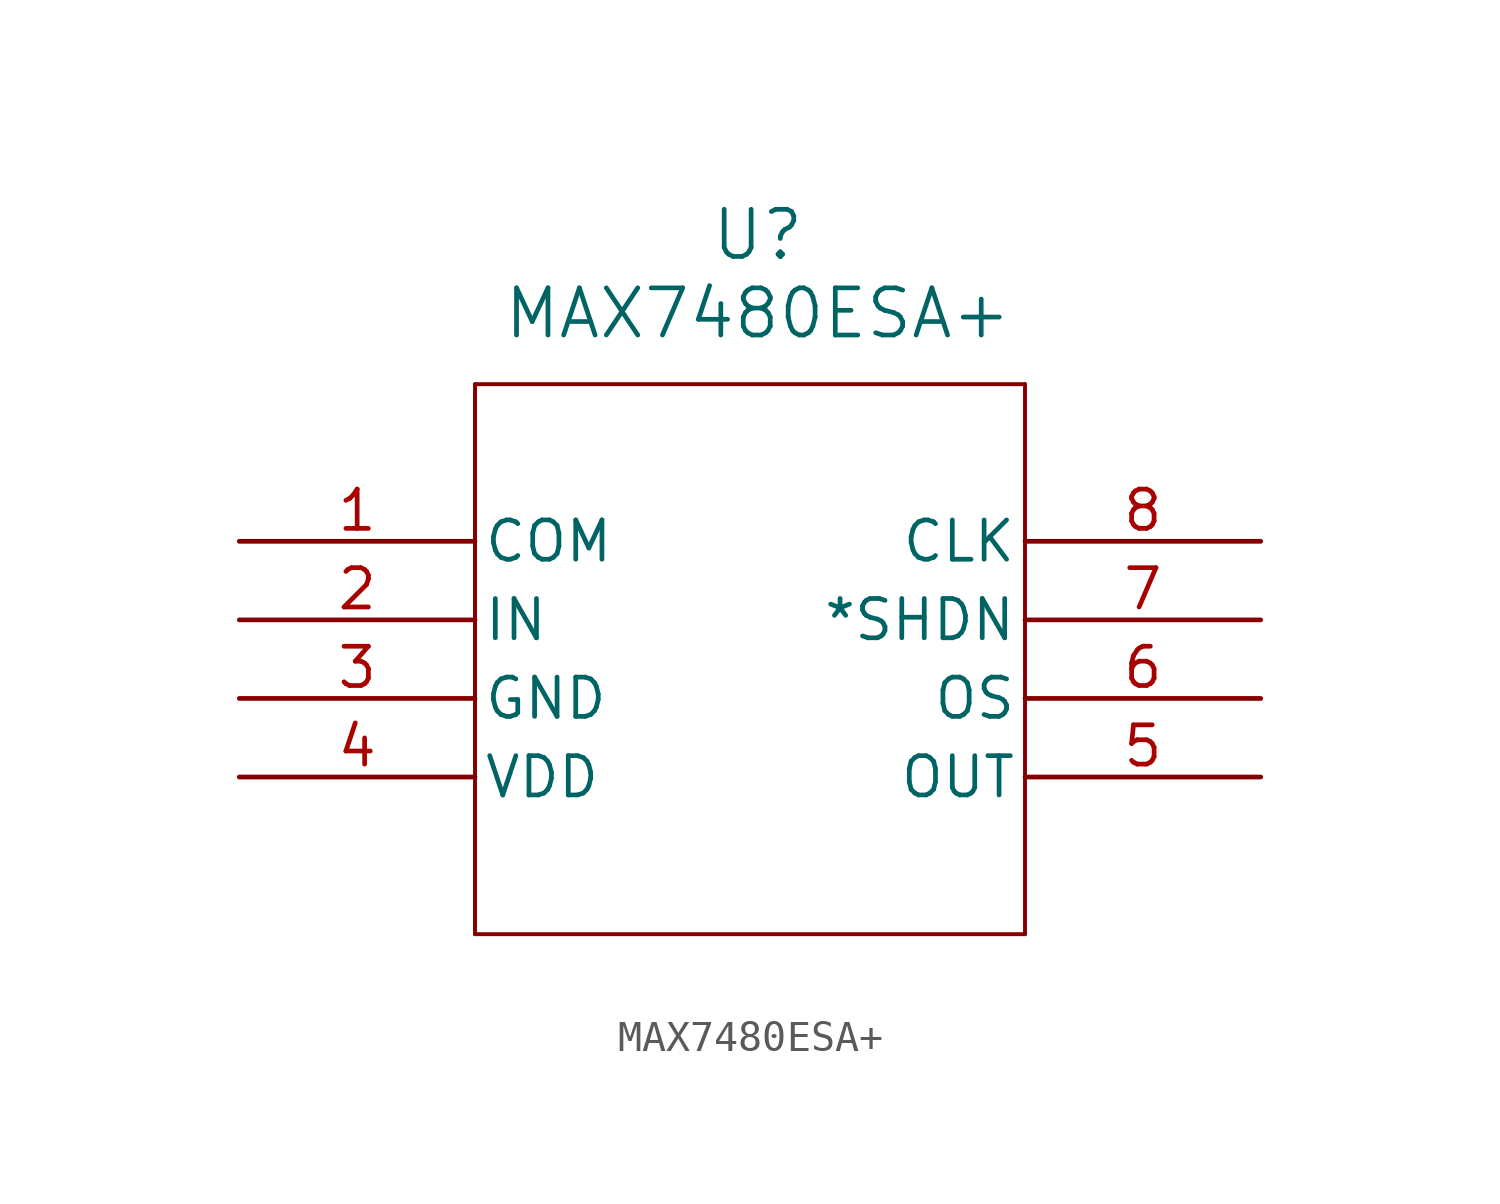
<source format=kicad_sym>
(kicad_symbol_lib
  (version 20231120)
  (generator "kicad_symbol_editor")
  (generator_version "8.0")
  (symbol "MAX7480ESA+"
    (pin_names
      (offset 0.254))
    (property "Reference" "U"
      (at 16.764 9.906 0)
      (effects (font (size 1.524 1.524))))
    (property "Value" "MAX7480ESA+"
      (at 16.764 7.366 0)
      (effects (font (size 1.524 1.524))))
    (property "ki_locked" ""
      (at 0 0 0)
      (effects (font (size 1.27 1.27))))
    (symbol "MAX7480ESA+_0_1"
      (polyline (pts (xy 7.62 -12.7) (xy 25.4 -12.7)) (stroke (width 0.127) (type default)) (fill (type none)))
      (polyline (pts (xy 7.62 5.08) (xy 7.62 -12.7)) (stroke (width 0.127) (type default)) (fill (type none)))
      (polyline (pts (xy 25.4 -12.7) (xy 25.4 5.08)) (stroke (width 0.127) (type default)) (fill (type none)))
      (polyline (pts (xy 25.4 5.08) (xy 7.62 5.08)) (stroke (width 0.127) (type default)) (fill (type none)))
      (pin input line (at 0 0 0) (length 7.62) (name "COM" (effects (font (size 1.27 1.27)))) (number "1" (effects (font (size 1.27 1.27)))))
      (pin input line (at 0 -2.54 0) (length 7.62) (name "IN" (effects (font (size 1.27 1.27)))) (number "2" (effects (font (size 1.27 1.27)))))
      (pin power_in line (at 0 -5.08 0) (length 7.62) (name "GND" (effects (font (size 1.27 1.27)))) (number "3" (effects (font (size 1.27 1.27)))))
      (pin power_in line (at 0 -7.62 0) (length 7.62) (name "VDD" (effects (font (size 1.27 1.27)))) (number "4" (effects (font (size 1.27 1.27)))))
      (pin output line (at 33.02 -7.62 180) (length 7.62) (name "OUT" (effects (font (size 1.27 1.27)))) (number "5" (effects (font (size 1.27 1.27)))))
      (pin input line (at 33.02 -5.08 180) (length 7.62) (name "OS" (effects (font (size 1.27 1.27)))) (number "6" (effects (font (size 1.27 1.27)))))
      (pin input line (at 33.02 -2.54 180) (length 7.62) (name "*SHDN" (effects (font (size 1.27 1.27)))) (number "7" (effects (font (size 1.27 1.27)))))
      (pin input line (at 33.02 0 180) (length 7.62) (name "CLK" (effects (font (size 1.27 1.27)))) (number "8" (effects (font (size 1.27 1.27))))))))
</source>
